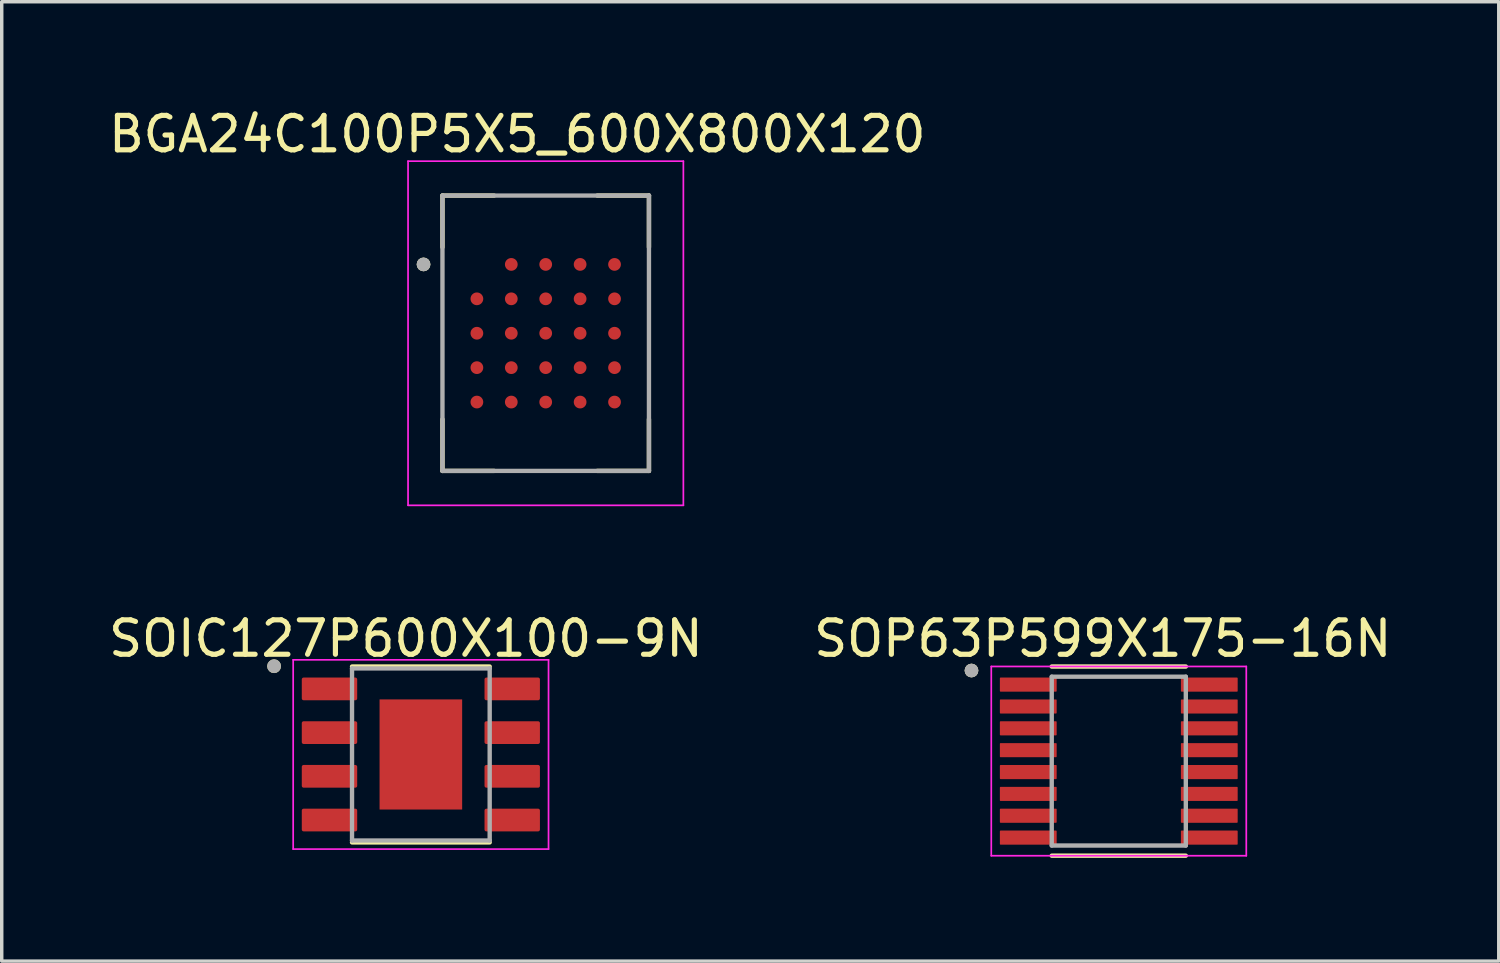
<source format=kicad_pcb>
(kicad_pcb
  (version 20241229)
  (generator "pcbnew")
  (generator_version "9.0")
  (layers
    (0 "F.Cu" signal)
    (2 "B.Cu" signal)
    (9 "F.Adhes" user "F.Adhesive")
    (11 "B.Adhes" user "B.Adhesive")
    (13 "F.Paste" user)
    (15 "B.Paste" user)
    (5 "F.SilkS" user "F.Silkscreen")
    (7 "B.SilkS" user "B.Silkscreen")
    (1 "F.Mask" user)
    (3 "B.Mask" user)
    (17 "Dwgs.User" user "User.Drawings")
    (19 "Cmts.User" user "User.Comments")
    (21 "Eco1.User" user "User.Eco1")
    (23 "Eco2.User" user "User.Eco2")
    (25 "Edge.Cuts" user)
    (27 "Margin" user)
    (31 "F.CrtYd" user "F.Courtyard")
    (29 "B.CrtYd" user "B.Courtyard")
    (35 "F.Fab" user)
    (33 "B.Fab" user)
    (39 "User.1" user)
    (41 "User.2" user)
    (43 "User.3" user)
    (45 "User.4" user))
  (footprint "SOIC127P600X100-9N"
    (layer "F.Cu")
    (at 9.179 18.873)
    (property "Reference" "SOIC127P600X100-9N" (at -0.435 -3.367 0) (layer "F.SilkS") (effects (font (size 1 1) (thickness 0.15))))
    (attr through_hole)
    (fp_line (start -2 -2.555) (end 2 -2.555) (stroke (width 0.127) (type solid)) (layer "F.SilkS"))
    (fp_line (start -2 2.555) (end 2 2.555) (stroke (width 0.127) (type solid)) (layer "F.SilkS"))
    (fp_circle (center -4.265 -2.565) (end -4.165 -2.565) (stroke (width 0.2) (type solid)) (fill no) (layer "F.SilkS"))
    (fp_poly (pts (xy -0.935 -1.335) (xy -0.135 -1.335) (xy -0.135 -0.135) (xy -0.935 -0.135)) (stroke (width 0.01) (type solid)) (fill yes) (layer "F.Paste"))
    (fp_poly (pts (xy -0.935 0.135) (xy -0.135 0.135) (xy -0.135 1.335) (xy -0.935 1.335)) (stroke (width 0.01) (type solid)) (fill yes) (layer "F.Paste"))
    (fp_poly (pts (xy 0.135 -1.335) (xy 0.935 -1.335) (xy 0.935 -0.135) (xy 0.135 -0.135)) (stroke (width 0.01) (type solid)) (fill yes) (layer "F.Paste"))
    (fp_poly (pts (xy 0.135 0.135) (xy 0.935 0.135) (xy 0.935 1.335) (xy 0.135 1.335)) (stroke (width 0.01) (type solid)) (fill yes) (layer "F.Paste"))
    (fp_line (start -3.71 -2.75) (end -3.71 2.75) (stroke (width 0.05) (type solid)) (layer "F.CrtYd"))
    (fp_line (start -3.71 -2.75) (end 3.71 -2.75) (stroke (width 0.05) (type solid)) (layer "F.CrtYd"))
    (fp_line (start -3.71 2.75) (end 3.71 2.75) (stroke (width 0.05) (type solid)) (layer "F.CrtYd"))
    (fp_line (start 3.71 -2.75) (end 3.71 2.75) (stroke (width 0.05) (type solid)) (layer "F.CrtYd"))
    (fp_line (start -2 -2.5) (end -2 2.5) (stroke (width 0.127) (type solid)) (layer "F.Fab"))
    (fp_line (start -2 -2.5) (end 2 -2.5) (stroke (width 0.127) (type solid)) (layer "F.Fab"))
    (fp_line (start -2 2.5) (end 2 2.5) (stroke (width 0.127) (type solid)) (layer "F.Fab"))
    (fp_line (start 2 -2.5) (end 2 2.5) (stroke (width 0.127) (type solid)) (layer "F.Fab"))
    (fp_circle (center -4.265 -2.565) (end -4.165 -2.565) (stroke (width 0.2) (type solid)) (fill no) (layer "F.Fab"))
    (pad "1" smd roundrect (at -2.655 -1.905) (size 1.61 0.66) (layers "F.Cu" "F.Mask" "F.Paste") (roundrect_rratio 0.08))
    (pad "2" smd roundrect (at -2.655 -0.635) (size 1.61 0.66) (layers "F.Cu" "F.Mask" "F.Paste") (roundrect_rratio 0.08))
    (pad "3" smd roundrect (at -2.655 0.635) (size 1.61 0.66) (layers "F.Cu" "F.Mask" "F.Paste") (roundrect_rratio 0.08))
    (pad "4" smd roundrect (at -2.655 1.905) (size 1.61 0.66) (layers "F.Cu" "F.Mask" "F.Paste") (roundrect_rratio 0.08))
    (pad "5" smd roundrect (at 2.655 1.905) (size 1.61 0.66) (layers "F.Cu" "F.Mask" "F.Paste") (roundrect_rratio 0.08))
    (pad "6" smd roundrect (at 2.655 0.635) (size 1.61 0.66) (layers "F.Cu" "F.Mask" "F.Paste") (roundrect_rratio 0.08))
    (pad "7" smd roundrect (at 2.655 -0.635) (size 1.61 0.66) (layers "F.Cu" "F.Mask" "F.Paste") (roundrect_rratio 0.08))
    (pad "8" smd roundrect (at 2.655 -1.905) (size 1.61 0.66) (layers "F.Cu" "F.Mask" "F.Paste") (roundrect_rratio 0.08))
    (pad "9" smd rect (at 0 0) (size 2.4 3.2) (layers "F.Cu" "F.Mask")))
  (footprint "SOP63P599X175-16N"
    (layer "F.Cu")
    (at 29.459 19.066)
    (property "Reference" "SOP63P599X175-16N" (at -0.465 -3.559 0) (layer "F.SilkS") (effects (font (size 1 1) (thickness 0.15))))
    (attr smd)
    (fp_line (start -1.948 -2.748) (end 1.948 -2.748) (stroke (width 0.127) (type solid)) (layer "F.SilkS"))
    (fp_line (start -1.948 2.748) (end 1.948 2.748) (stroke (width 0.127) (type solid)) (layer "F.SilkS"))
    (fp_circle (center -4.28 -2.632) (end -4.18 -2.632) (stroke (width 0.2) (type solid)) (fill no) (layer "F.SilkS"))
    (fp_line (start -3.705 -2.75) (end -3.705 2.75) (stroke (width 0.05) (type solid)) (layer "F.CrtYd"))
    (fp_line (start -3.705 -2.75) (end 3.705 -2.75) (stroke (width 0.05) (type solid)) (layer "F.CrtYd"))
    (fp_line (start -3.705 2.75) (end 3.705 2.75) (stroke (width 0.05) (type solid)) (layer "F.CrtYd"))
    (fp_line (start 3.705 -2.75) (end 3.705 2.75) (stroke (width 0.05) (type solid)) (layer "F.CrtYd"))
    (fp_line (start -1.948 -2.453) (end -1.948 2.453) (stroke (width 0.127) (type solid)) (layer "F.Fab"))
    (fp_line (start -1.948 -2.453) (end 1.948 -2.453) (stroke (width 0.127) (type solid)) (layer "F.Fab"))
    (fp_line (start -1.948 2.453) (end 1.948 2.453) (stroke (width 0.127) (type solid)) (layer "F.Fab"))
    (fp_line (start 1.948 -2.453) (end 1.948 2.453) (stroke (width 0.127) (type solid)) (layer "F.Fab"))
    (fp_circle (center -4.28 -2.632) (end -4.18 -2.632) (stroke (width 0.2) (type solid)) (fill no) (layer "F.Fab"))
    (pad "1" smd roundrect (at -2.63 -2.223) (size 1.65 0.41) (layers "F.Cu" "F.Mask" "F.Paste") (roundrect_rratio 0.05))
    (pad "2" smd roundrect (at -2.63 -1.587) (size 1.65 0.41) (layers "F.Cu" "F.Mask" "F.Paste") (roundrect_rratio 0.05))
    (pad "3" smd roundrect (at -2.63 -0.953) (size 1.65 0.41) (layers "F.Cu" "F.Mask" "F.Paste") (roundrect_rratio 0.05))
    (pad "4" smd roundrect (at -2.63 -0.318) (size 1.65 0.41) (layers "F.Cu" "F.Mask" "F.Paste") (roundrect_rratio 0.05))
    (pad "5" smd roundrect (at -2.63 0.318) (size 1.65 0.41) (layers "F.Cu" "F.Mask" "F.Paste") (roundrect_rratio 0.05))
    (pad "6" smd roundrect (at -2.63 0.953) (size 1.65 0.41) (layers "F.Cu" "F.Mask" "F.Paste") (roundrect_rratio 0.05))
    (pad "7" smd roundrect (at -2.63 1.587) (size 1.65 0.41) (layers "F.Cu" "F.Mask" "F.Paste") (roundrect_rratio 0.05))
    (pad "8" smd roundrect (at -2.63 2.223) (size 1.65 0.41) (layers "F.Cu" "F.Mask" "F.Paste") (roundrect_rratio 0.05))
    (pad "9" smd roundrect (at 2.63 2.223) (size 1.65 0.41) (layers "F.Cu" "F.Mask" "F.Paste") (roundrect_rratio 0.05))
    (pad "10" smd roundrect (at 2.63 1.587) (size 1.65 0.41) (layers "F.Cu" "F.Mask" "F.Paste") (roundrect_rratio 0.05))
    (pad "11" smd roundrect (at 2.63 0.953) (size 1.65 0.41) (layers "F.Cu" "F.Mask" "F.Paste") (roundrect_rratio 0.05))
    (pad "12" smd roundrect (at 2.63 0.318) (size 1.65 0.41) (layers "F.Cu" "F.Mask" "F.Paste") (roundrect_rratio 0.05))
    (pad "13" smd roundrect (at 2.63 -0.318) (size 1.65 0.41) (layers "F.Cu" "F.Mask" "F.Paste") (roundrect_rratio 0.05))
    (pad "14" smd roundrect (at 2.63 -0.953) (size 1.65 0.41) (layers "F.Cu" "F.Mask" "F.Paste") (roundrect_rratio 0.05))
    (pad "15" smd roundrect (at 2.63 -1.587) (size 1.65 0.41) (layers "F.Cu" "F.Mask" "F.Paste") (roundrect_rratio 0.05))
    (pad "16" smd roundrect (at 2.63 -2.223) (size 1.65 0.41) (layers "F.Cu" "F.Mask" "F.Paste") (roundrect_rratio 0.05)))
  (footprint "BGA24C100P5X5_600X800X120"
    (layer "F.Cu")
    (at 12.807 6.633)
    (property "Reference" "BGA24C100P5X5_600X800X120" (at -0.825 -5.785 0) (layer "F.SilkS") (effects (font (size 1 1) (thickness 0.15))))
    (attr through_hole)
    (fp_line (start -3 -4) (end -3 -2.5) (stroke (width 0.127) (type solid)) (layer "F.SilkS"))
    (fp_line (start -3 -4) (end -1.5 -4) (stroke (width 0.127) (type solid)) (layer "F.SilkS"))
    (fp_line (start -3 4) (end -3 2.5) (stroke (width 0.127) (type solid)) (layer "F.SilkS"))
    (fp_line (start -3 4) (end -1.5 4) (stroke (width 0.127) (type solid)) (layer "F.SilkS"))
    (fp_line (start 3 -4) (end 1.5 -4) (stroke (width 0.127) (type solid)) (layer "F.SilkS"))
    (fp_line (start 3 -4) (end 3 -2.5) (stroke (width 0.127) (type solid)) (layer "F.SilkS"))
    (fp_line (start 3 4) (end 1.5 4) (stroke (width 0.127) (type solid)) (layer "F.SilkS"))
    (fp_line (start 3 4) (end 3 2.5) (stroke (width 0.127) (type solid)) (layer "F.SilkS"))
    (fp_circle (center -3.55 -2) (end -3.45 -2) (stroke (width 0.2) (type solid)) (fill no) (layer "F.SilkS"))
    (fp_line (start -4 -5) (end 4 -5) (stroke (width 0.05) (type solid)) (layer "F.CrtYd"))
    (fp_line (start -4 5) (end -4 -5) (stroke (width 0.05) (type solid)) (layer "F.CrtYd"))
    (fp_line (start -4 5) (end 4 5) (stroke (width 0.05) (type solid)) (layer "F.CrtYd"))
    (fp_line (start 4 5) (end 4 -5) (stroke (width 0.05) (type solid)) (layer "F.CrtYd"))
    (fp_line (start -3 4) (end -3 -4) (stroke (width 0.127) (type solid)) (layer "F.Fab"))
    (fp_line (start 3 -4) (end -3 -4) (stroke (width 0.127) (type solid)) (layer "F.Fab"))
    (fp_line (start 3 4) (end -3 4) (stroke (width 0.127) (type solid)) (layer "F.Fab"))
    (fp_line (start 3 4) (end 3 -4) (stroke (width 0.127) (type solid)) (layer "F.Fab"))
    (fp_circle (center -3.55 -2) (end -3.45 -2) (stroke (width 0.2) (type solid)) (fill no) (layer "F.Fab"))
    (pad "A2" smd circle (at -1 -2) (size 0.37 0.37) (layers "F.Cu" "F.Mask" "F.Paste"))
    (pad "A3" smd circle (at 0 -2) (size 0.37 0.37) (layers "F.Cu" "F.Mask" "F.Paste"))
    (pad "A4" smd circle (at 1 -2) (size 0.37 0.37) (layers "F.Cu" "F.Mask" "F.Paste"))
    (pad "A5" smd circle (at 2 -2) (size 0.37 0.37) (layers "F.Cu" "F.Mask" "F.Paste"))
    (pad "B1" smd circle (at -2 -1) (size 0.37 0.37) (layers "F.Cu" "F.Mask" "F.Paste"))
    (pad "B2" smd circle (at -1 -1) (size 0.37 0.37) (layers "F.Cu" "F.Mask" "F.Paste"))
    (pad "B3" smd circle (at 0 -1) (size 0.37 0.37) (layers "F.Cu" "F.Mask" "F.Paste"))
    (pad "B4" smd circle (at 1 -1) (size 0.37 0.37) (layers "F.Cu" "F.Mask" "F.Paste"))
    (pad "B5" smd circle (at 2 -1) (size 0.37 0.37) (layers "F.Cu" "F.Mask" "F.Paste"))
    (pad "C1" smd circle (at -2 0) (size 0.37 0.37) (layers "F.Cu" "F.Mask" "F.Paste"))
    (pad "C2" smd circle (at -1 0) (size 0.37 0.37) (layers "F.Cu" "F.Mask" "F.Paste"))
    (pad "C3" smd circle (at 0 0) (size 0.37 0.37) (layers "F.Cu" "F.Mask" "F.Paste"))
    (pad "C4" smd circle (at 1 0) (size 0.37 0.37) (layers "F.Cu" "F.Mask" "F.Paste"))
    (pad "C5" smd circle (at 2 0) (size 0.37 0.37) (layers "F.Cu" "F.Mask" "F.Paste"))
    (pad "D1" smd circle (at -2 1) (size 0.37 0.37) (layers "F.Cu" "F.Mask" "F.Paste"))
    (pad "D2" smd circle (at -1 1) (size 0.37 0.37) (layers "F.Cu" "F.Mask" "F.Paste"))
    (pad "D3" smd circle (at 0 1) (size 0.37 0.37) (layers "F.Cu" "F.Mask" "F.Paste"))
    (pad "D4" smd circle (at 1 1) (size 0.37 0.37) (layers "F.Cu" "F.Mask" "F.Paste"))
    (pad "D5" smd circle (at 2 1) (size 0.37 0.37) (layers "F.Cu" "F.Mask" "F.Paste"))
    (pad "E1" smd circle (at -2 2) (size 0.37 0.37) (layers "F.Cu" "F.Mask" "F.Paste"))
    (pad "E2" smd circle (at -1 2) (size 0.37 0.37) (layers "F.Cu" "F.Mask" "F.Paste"))
    (pad "E3" smd circle (at 0 2) (size 0.37 0.37) (layers "F.Cu" "F.Mask" "F.Paste"))
    (pad "E4" smd circle (at 1 2) (size 0.37 0.37) (layers "F.Cu" "F.Mask" "F.Paste"))
    (pad "E5" smd circle (at 2 2) (size 0.37 0.37) (layers "F.Cu" "F.Mask" "F.Paste")))
  (gr_rect
    (start -3 -3)
    (end 40.5 24.877)
    (stroke (width 0.1) (type default))
    (fill no)
    (layer "Edge.Cuts")))
</source>
